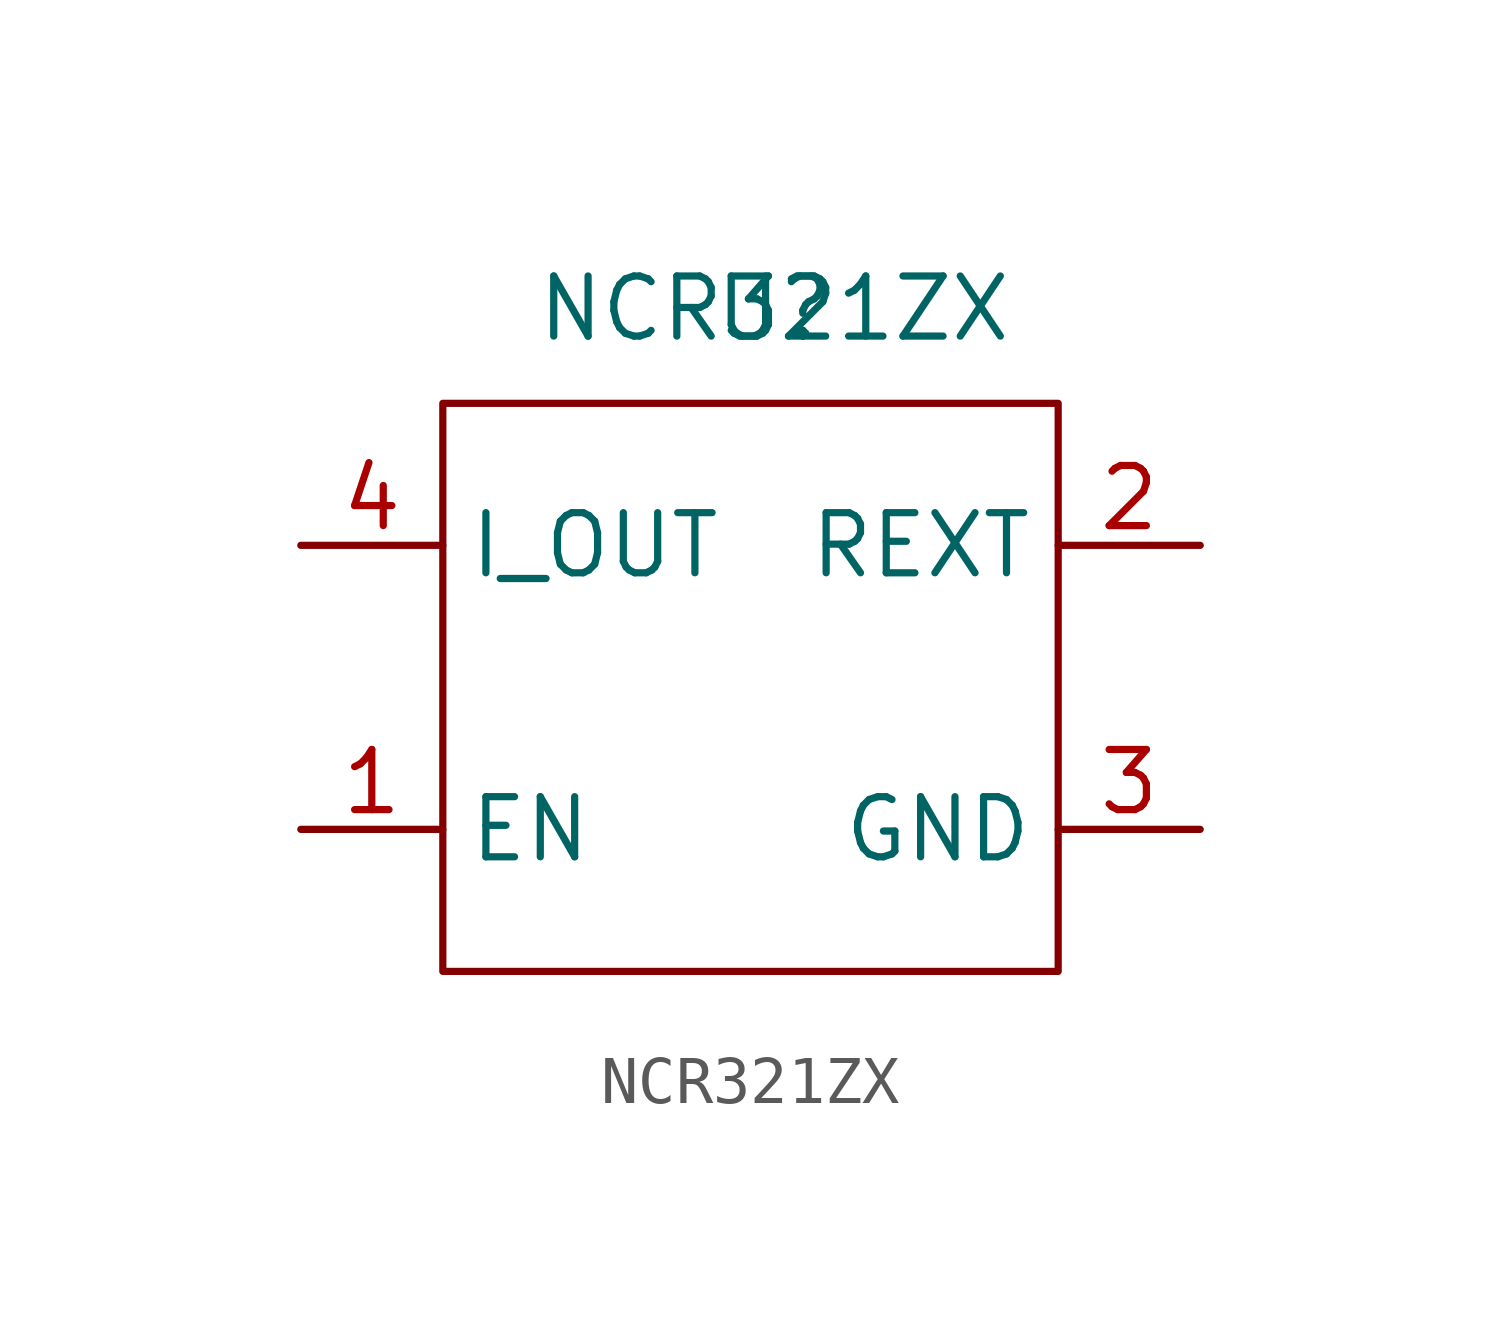
<source format=kicad_sym>
(kicad_symbol_lib
  (version 20211014)
  (generator kicad_symbol_editor)
  (symbol "NCR321ZX"
    (property "Reference" "U"
      (at 0 0 0)
      (effects (font (size 1.27 1.27))))
    (property "Value" "NCR321ZX"
      (at 0 0 0)
      (effects (font (size 1.27 1.27))))
    (symbol "NCR321ZX_0_1"
      (rectangle (start -7 -2) (end 6 -14) (stroke (width 0) (type default) (color 0 0 0 0)) (fill (type none))))
    (symbol "NCR321ZX_1_1"
      (pin passive line (at -10 -11 0) (length 3) (name "EN" (effects (font (size 1.27 1.27)))) (number "1" (effects (font (size 1.27 1.27)))))
      (pin passive line (at 9 -5 180) (length 3) (name "REXT" (effects (font (size 1.27 1.27)))) (number "2" (effects (font (size 1.27 1.27)))))
      (pin passive line (at 9 -11 180) (length 3) (name "GND" (effects (font (size 1.27 1.27)))) (number "3" (effects (font (size 1.27 1.27)))))
      (pin passive line (at -10 -5 0) (length 3) (name "I_OUT" (effects (font (size 1.27 1.27)))) (number "4" (effects (font (size 1.27 1.27))))))))
</source>
